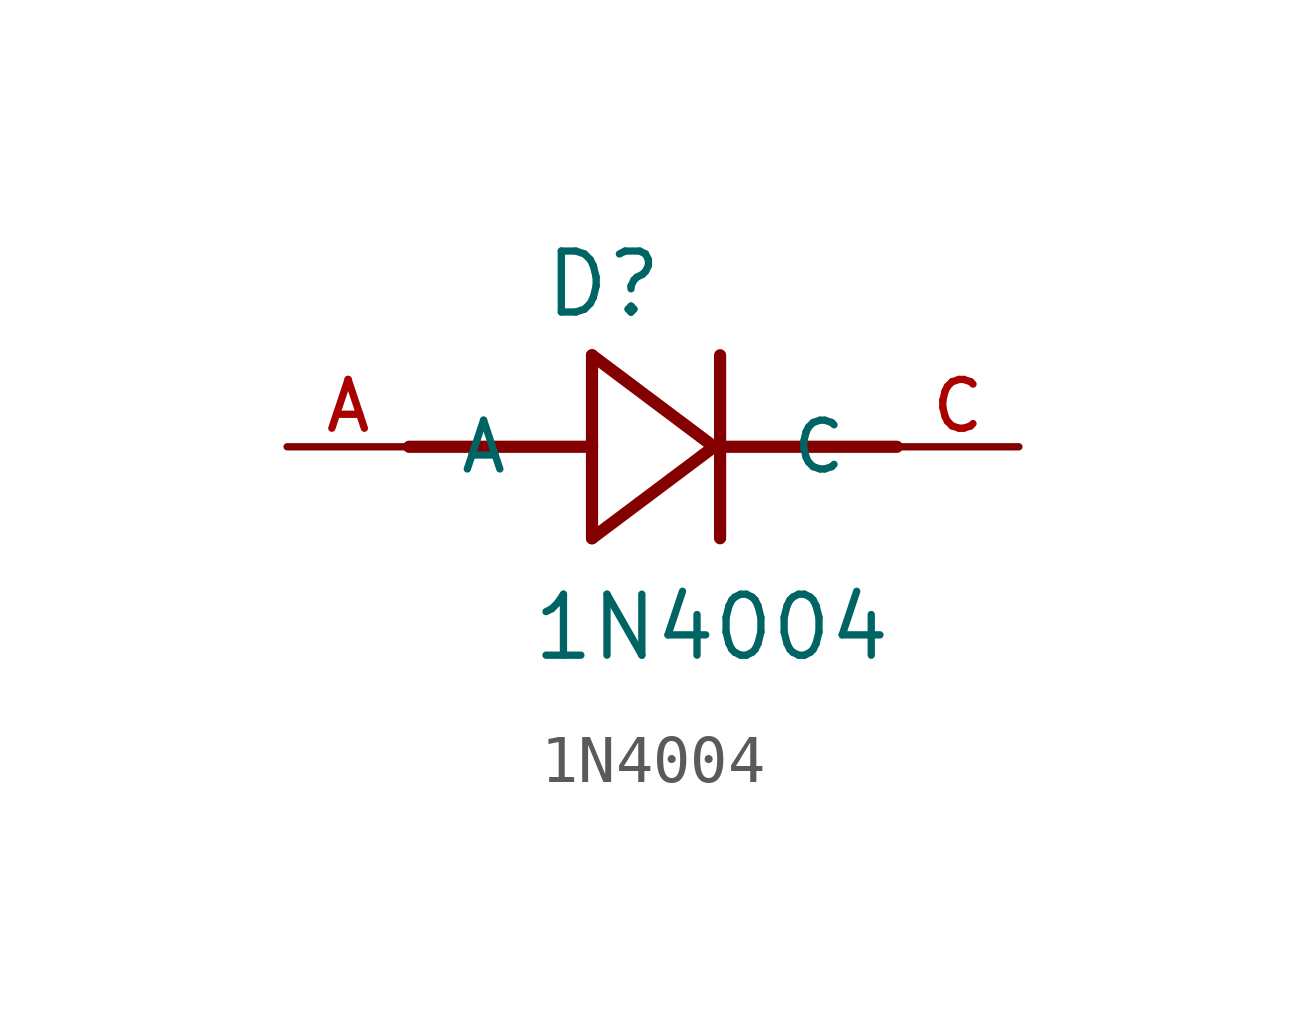
<source format=kicad_sym>
(kicad_symbol_lib
  (version 20211014)
  (generator kicad_symbol_editor)
  (symbol "1N4004"
    (pin_names
      (offset 1.016))
    (property "Reference" "D"
      (at -2.312 2.643 0)
      (effects (font (size 1.27 1.27)) (justify bottom left)))
    (property "Value" "1N4004"
      (at -2.57 -4.504 0)
      (effects (font (size 1.27 1.27)) (justify bottom left)))
    (symbol "1N4004_0_0"
      (polyline (pts (xy -1.27 -1.905) (xy 1.27 0.0)) (stroke (width 0.254)))
      (polyline (pts (xy 1.27 0.0) (xy -1.27 1.905)) (stroke (width 0.254)))
      (polyline (pts (xy -1.27 1.905) (xy -1.27 0.0)) (stroke (width 0.254)))
      (polyline (pts (xy -1.27 0.0) (xy -1.27 -1.905)) (stroke (width 0.254)))
      (polyline (pts (xy 1.397 1.905) (xy 1.397 -1.905)) (stroke (width 0.254)))
      (polyline (pts (xy -5.08 0.0) (xy -1.27 0.0)) (stroke (width 0.254)))
      (polyline (pts (xy 5.08 0.0) (xy 1.27 0.0)) (stroke (width 0.254)))
      (pin passive line (at -7.62 0.0 0) (length 2.54) (name "A" (effects (font (size 1.016 1.016)))) (number "A" (effects (font (size 1.016 1.016)))))
      (pin passive line (at 7.62 0.0 180.0) (length 2.54) (name "C" (effects (font (size 1.016 1.016)))) (number "C" (effects (font (size 1.016 1.016))))))))
</source>
